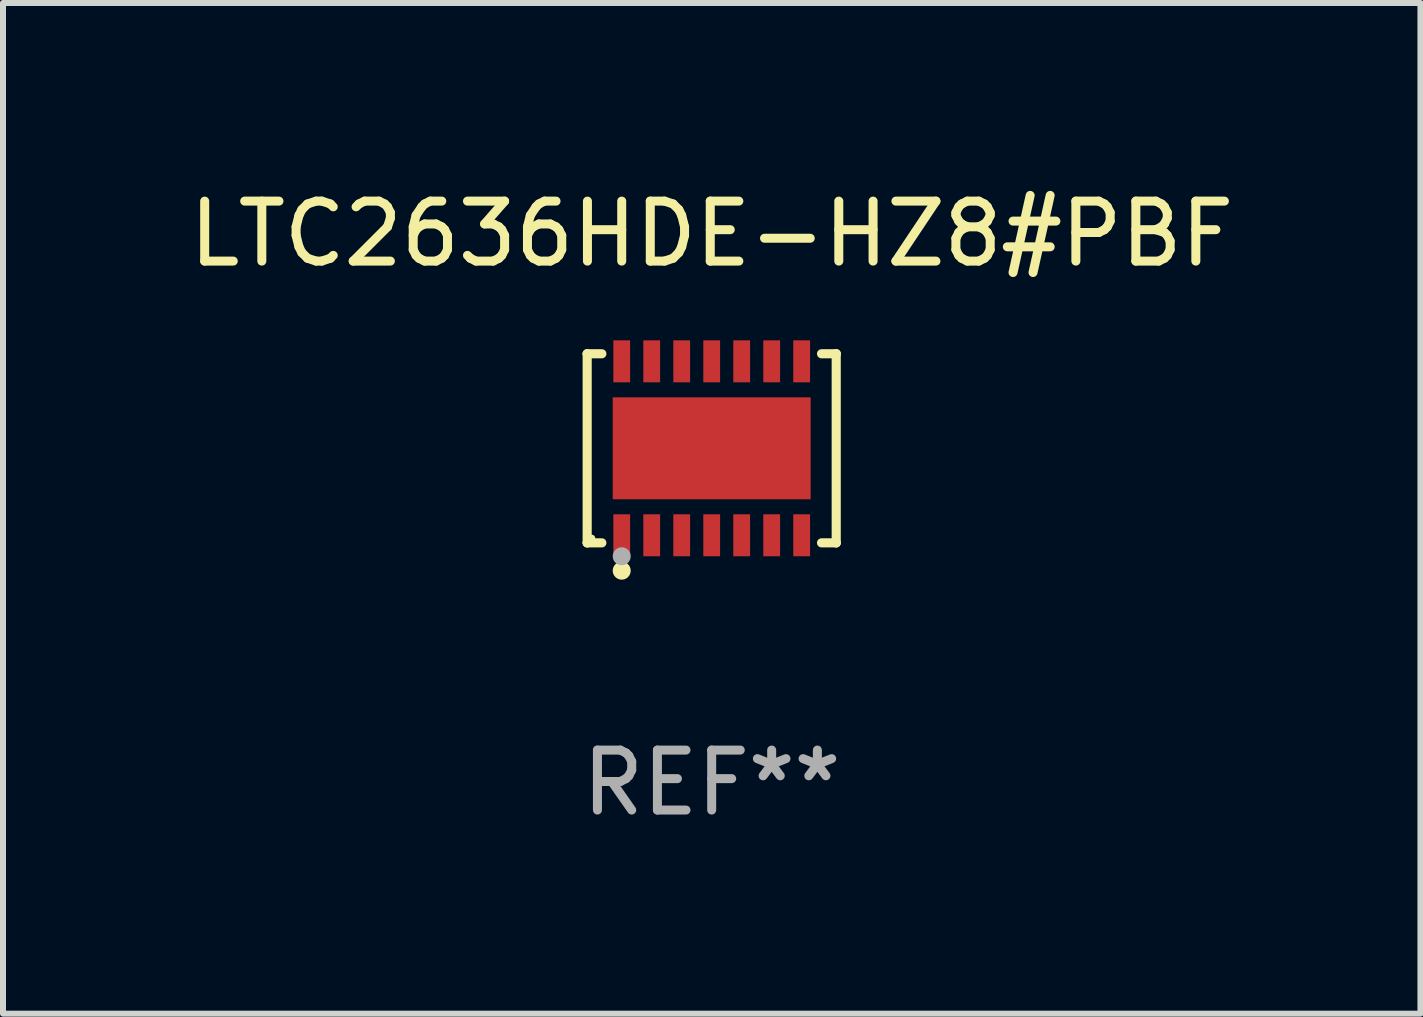
<source format=kicad_pcb>
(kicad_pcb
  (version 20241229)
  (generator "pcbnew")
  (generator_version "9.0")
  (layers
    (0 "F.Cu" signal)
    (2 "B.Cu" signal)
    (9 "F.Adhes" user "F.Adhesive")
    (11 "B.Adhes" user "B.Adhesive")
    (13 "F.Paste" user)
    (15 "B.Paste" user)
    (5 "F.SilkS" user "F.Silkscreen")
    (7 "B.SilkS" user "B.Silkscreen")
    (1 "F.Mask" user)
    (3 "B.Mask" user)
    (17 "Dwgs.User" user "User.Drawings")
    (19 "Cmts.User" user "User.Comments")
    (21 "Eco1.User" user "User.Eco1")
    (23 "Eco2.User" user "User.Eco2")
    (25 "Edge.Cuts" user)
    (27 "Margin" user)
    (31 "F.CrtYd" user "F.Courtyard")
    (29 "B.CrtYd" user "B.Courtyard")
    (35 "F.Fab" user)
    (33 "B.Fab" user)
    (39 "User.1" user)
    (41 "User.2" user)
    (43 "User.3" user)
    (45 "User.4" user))
  (footprint "LTC2636HDE-HZ8#PBF"
    (layer "F.Cu")
    (at 8.815 4.424)
    (property "Reference" "LTC2636HDE-HZ8#PBF" (at 0 -3.576 0) (layer "F.SilkS") (effects (font (size 1 1) (thickness 0.15))))
    (attr through_hole)
    (fp_line (start -2.076 -1.576) (end -2.076 -1.576) (stroke (width 0.152) (type solid)) (layer "F.SilkS"))
    (fp_line (start -2.076 -1.576) (end -1.831 -1.576) (stroke (width 0.152) (type solid)) (layer "F.SilkS"))
    (fp_line (start -2.076 1.576) (end -2.076 -1.576) (stroke (width 0.152) (type solid)) (layer "F.SilkS"))
    (fp_line (start -2.076 1.576) (end -2.076 1.576) (stroke (width 0.152) (type solid)) (layer "F.SilkS"))
    (fp_line (start -1.831 1.576) (end -2.076 1.576) (stroke (width 0.152) (type solid)) (layer "F.SilkS"))
    (fp_line (start 1.831 1.576) (end 2.076 1.576) (stroke (width 0.152) (type solid)) (layer "F.SilkS"))
    (fp_line (start 2.076 -1.576) (end 1.831 -1.576) (stroke (width 0.152) (type solid)) (layer "F.SilkS"))
    (fp_line (start 2.076 -1.576) (end 2.076 -1.576) (stroke (width 0.152) (type solid)) (layer "F.SilkS"))
    (fp_line (start 2.076 1.576) (end 2.076 -1.576) (stroke (width 0.152) (type solid)) (layer "F.SilkS"))
    (fp_line (start 2.076 1.576) (end 2.076 1.576) (stroke (width 0.152) (type solid)) (layer "F.SilkS"))
    (fp_circle (center -2 1.5) (end -1.97 1.5) (stroke (width 0.06) (type solid)) (fill no) (layer "F.SilkS"))
    (fp_circle (center -1.5 2.04) (end -1.425 2.04) (stroke (width 0.15) (type solid)) (fill no) (layer "F.SilkS"))
    (fp_circle (center -1.5 1.8) (end -1.425 1.8) (stroke (width 0.15) (type solid)) (fill no) (layer "F.Fab"))
    (fp_text user "REF**" (at 0 5.576 0) (layer "F.Fab") (effects (font (size 1 1) (thickness 0.15))))
    (pad "1" smd rect (at -1.5 1.45) (size 0.28 0.7) (layers "F.Cu" "F.Mask" "F.Paste"))
    (pad "2" smd rect (at -1 1.45) (size 0.28 0.7) (layers "F.Cu" "F.Mask" "F.Paste"))
    (pad "3" smd rect (at -0.5 1.45) (size 0.28 0.7) (layers "F.Cu" "F.Mask" "F.Paste"))
    (pad "4" smd rect (at 0 1.45) (size 0.28 0.7) (layers "F.Cu" "F.Mask" "F.Paste"))
    (pad "5" smd rect (at 0.5 1.45) (size 0.28 0.7) (layers "F.Cu" "F.Mask" "F.Paste"))
    (pad "6" smd rect (at 1 1.45) (size 0.28 0.7) (layers "F.Cu" "F.Mask" "F.Paste"))
    (pad "7" smd rect (at 1.5 1.45) (size 0.28 0.7) (layers "F.Cu" "F.Mask" "F.Paste"))
    (pad "8" smd rect (at 1.5 -1.45) (size 0.28 0.7) (layers "F.Cu" "F.Mask" "F.Paste"))
    (pad "9" smd rect (at 1 -1.45) (size 0.28 0.7) (layers "F.Cu" "F.Mask" "F.Paste"))
    (pad "10" smd rect (at 0.5 -1.45) (size 0.28 0.7) (layers "F.Cu" "F.Mask" "F.Paste"))
    (pad "11" smd rect (at 0 -1.45) (size 0.28 0.7) (layers "F.Cu" "F.Mask" "F.Paste"))
    (pad "12" smd rect (at -0.5 -1.45) (size 0.28 0.7) (layers "F.Cu" "F.Mask" "F.Paste"))
    (pad "13" smd rect (at -1 -1.45) (size 0.28 0.7) (layers "F.Cu" "F.Mask" "F.Paste"))
    (pad "14" smd rect (at -1.5 -1.45) (size 0.28 0.7) (layers "F.Cu" "F.Mask" "F.Paste"))
    (pad "15" smd rect (at 0 0) (size 3.3 1.7) (layers "F.Cu" "F.Mask" "F.Paste")))
  (gr_rect
    (start -3 -3)
    (end 20.631 13.849)
    (stroke (width 0.1) (type default))
    (fill no)
    (layer "Edge.Cuts")))
</source>
